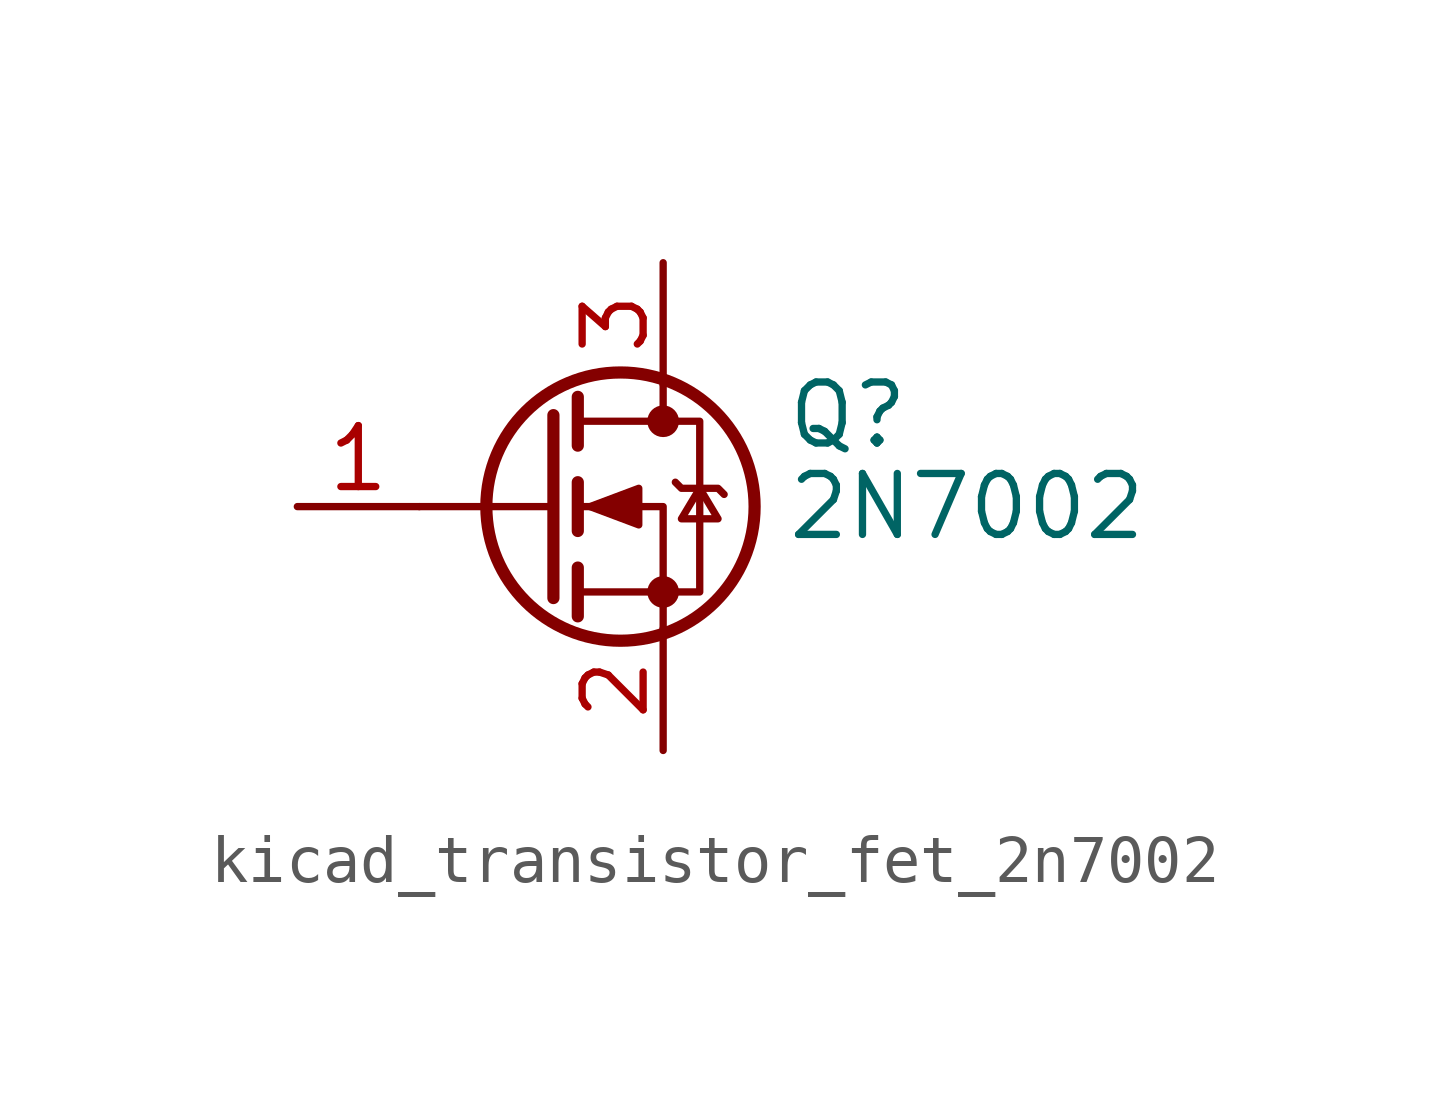
<source format=kicad_sym>
(kicad_symbol_lib
  (version 20220914)
  (generator kicad_symbol_editor)
  (symbol "kicad_transistor_fet_2n7002"
    (pin_names hide)
    (property "Reference" "Q"
      (at 5.08 1.905 0)
      (effects (font (size 1.27 1.27)) (justify left)))
    (property "Value" "2N7002"
      (at 5.08 0 0)
      (effects (font (size 1.27 1.27)) (justify left)))
    (symbol "kicad_transistor_fet_2n7002_0_1"
      (polyline (pts (xy 0.254 0) (xy -2.54 0)) (stroke (width 0) (type default)) (fill (type none)))
      (polyline (pts (xy 0.254 1.905) (xy 0.254 -1.905)) (stroke (width 0.254) (type default)) (fill (type none)))
      (polyline (pts (xy 0.762 -1.27) (xy 0.762 -2.286)) (stroke (width 0.254) (type default)) (fill (type none)))
      (polyline (pts (xy 0.762 0.508) (xy 0.762 -0.508)) (stroke (width 0.254) (type default)) (fill (type none)))
      (polyline (pts (xy 0.762 2.286) (xy 0.762 1.27)) (stroke (width 0.254) (type default)) (fill (type none)))
      (polyline (pts (xy 2.54 2.54) (xy 2.54 1.778)) (stroke (width 0) (type default)) (fill (type none)))
      (polyline (pts (xy 2.54 -2.54) (xy 2.54 0) (xy 0.762 0)) (stroke (width 0) (type default)) (fill (type none)))
      (polyline (pts (xy 0.762 -1.778) (xy 3.302 -1.778) (xy 3.302 1.778) (xy 0.762 1.778)) (stroke (width 0) (type default)) (fill (type none)))
      (polyline (pts (xy 1.016 0) (xy 2.032 0.381) (xy 2.032 -0.381) (xy 1.016 0)) (stroke (width 0) (type default)) (fill (type outline)))
      (polyline (pts (xy 2.794 0.508) (xy 2.921 0.381) (xy 3.683 0.381) (xy 3.81 0.254)) (stroke (width 0) (type default)) (fill (type none)))
      (polyline (pts (xy 3.302 0.381) (xy 2.921 -0.254) (xy 3.683 -0.254) (xy 3.302 0.381)) (stroke (width 0) (type default)) (fill (type none)))
      (circle (center 1.651 0) (radius 2.794) (stroke (width 0.254) (type default)) (fill (type none)))
      (circle (center 2.54 -1.778) (radius 0.254) (stroke (width 0) (type default)) (fill (type outline)))
      (circle (center 2.54 1.778) (radius 0.254) (stroke (width 0) (type default)) (fill (type outline))))
    (symbol "kicad_transistor_fet_2n7002_1_1"
      (pin input line (at -5.08 0 0) (length 2.54) (name "G" (effects (font (size 1.27 1.27)))) (number "1" (effects (font (size 1.27 1.27)))))
      (pin passive line (at 2.54 -5.08 90) (length 2.54) (name "S" (effects (font (size 1.27 1.27)))) (number "2" (effects (font (size 1.27 1.27)))))
      (pin passive line (at 2.54 5.08 270) (length 2.54) (name "D" (effects (font (size 1.27 1.27)))) (number "3" (effects (font (size 1.27 1.27))))))))
</source>
